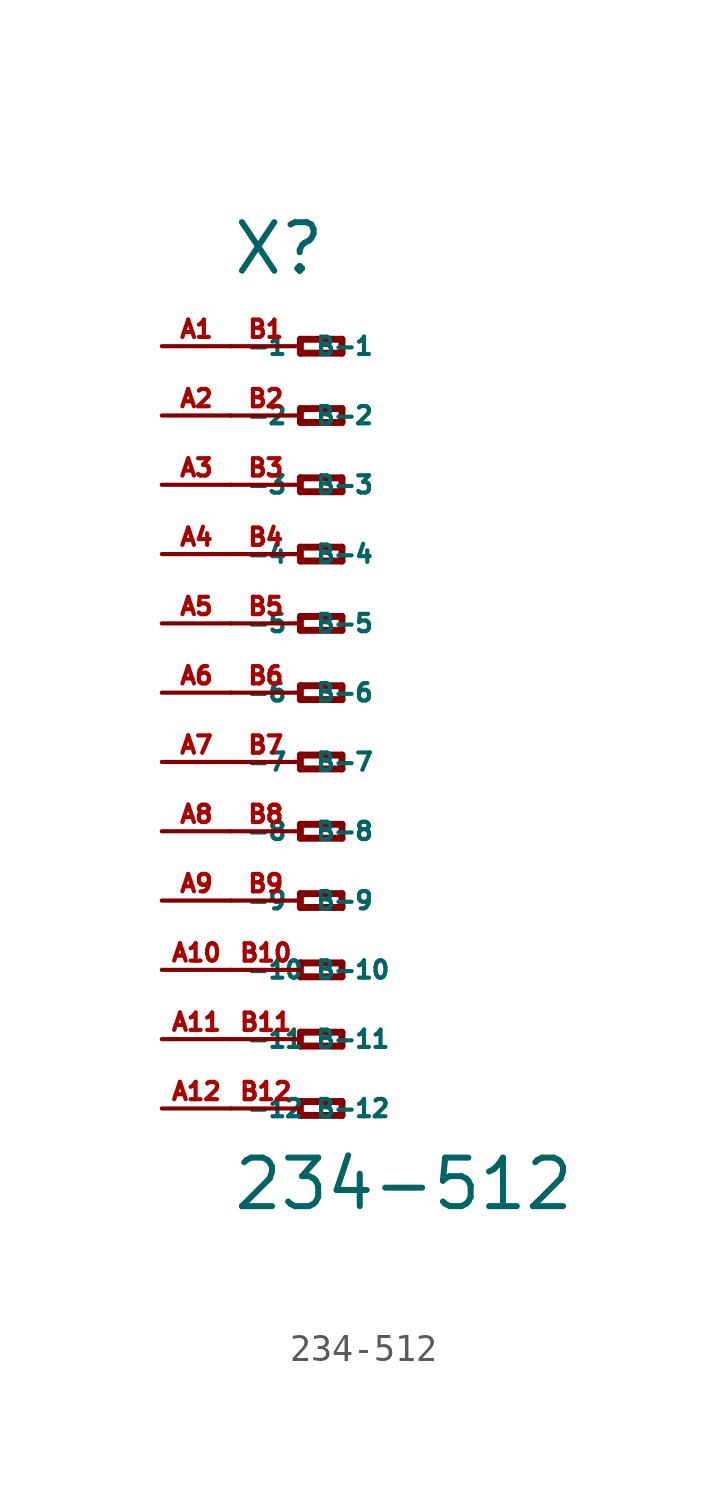
<source format=kicad_sym>
(kicad_symbol_lib
  (version 20220914)
  (generator Eagle2Kicad)
  (symbol "234-512"
    (property "Reference" "X"
      (at -5.08 15.24 0)
      (effects (font (size 1.778 1.778) (thickness 0.22)) (justify left bottom)))
    (property "Value" "234-512"
      (at -5.08 -19.05 0)
      (effects (font (size 1.778 1.778) (thickness 0.22)) (justify left bottom)))
    (polyline
      (pts (xy -2.54 12.954) (xy -2.54 12.446))
      (stroke (width 0.254) (type default))
      (fill (type none)))
    (polyline
      (pts (xy -2.54 12.446) (xy -1.016 12.446))
      (stroke (width 0.254) (type default))
      (fill (type none)))
    (polyline
      (pts (xy -1.016 12.446) (xy -1.016 12.954))
      (stroke (width 0.254) (type default))
      (fill (type none)))
    (polyline
      (pts (xy -1.016 12.954) (xy -2.54 12.954))
      (stroke (width 0.254) (type default))
      (fill (type none)))
    (polyline
      (pts (xy -2.54 10.414) (xy -2.54 9.906))
      (stroke (width 0.254) (type default))
      (fill (type none)))
    (polyline
      (pts (xy -2.54 9.906) (xy -1.016 9.906))
      (stroke (width 0.254) (type default))
      (fill (type none)))
    (polyline
      (pts (xy -1.016 9.906) (xy -1.016 10.414))
      (stroke (width 0.254) (type default))
      (fill (type none)))
    (polyline
      (pts (xy -1.016 10.414) (xy -2.54 10.414))
      (stroke (width 0.254) (type default))
      (fill (type none)))
    (polyline
      (pts (xy -2.54 7.874) (xy -2.54 7.366))
      (stroke (width 0.254) (type default))
      (fill (type none)))
    (polyline
      (pts (xy -2.54 7.366) (xy -1.016 7.366))
      (stroke (width 0.254) (type default))
      (fill (type none)))
    (polyline
      (pts (xy -1.016 7.366) (xy -1.016 7.874))
      (stroke (width 0.254) (type default))
      (fill (type none)))
    (polyline
      (pts (xy -1.016 7.874) (xy -2.54 7.874))
      (stroke (width 0.254) (type default))
      (fill (type none)))
    (polyline
      (pts (xy -2.54 5.334) (xy -2.54 4.826))
      (stroke (width 0.254) (type default))
      (fill (type none)))
    (polyline
      (pts (xy -2.54 4.826) (xy -1.016 4.826))
      (stroke (width 0.254) (type default))
      (fill (type none)))
    (polyline
      (pts (xy -1.016 4.826) (xy -1.016 5.334))
      (stroke (width 0.254) (type default))
      (fill (type none)))
    (polyline
      (pts (xy -1.016 5.334) (xy -2.54 5.334))
      (stroke (width 0.254) (type default))
      (fill (type none)))
    (polyline
      (pts (xy -2.54 2.794) (xy -2.54 2.286))
      (stroke (width 0.254) (type default))
      (fill (type none)))
    (polyline
      (pts (xy -2.54 2.286) (xy -1.016 2.286))
      (stroke (width 0.254) (type default))
      (fill (type none)))
    (polyline
      (pts (xy -1.016 2.286) (xy -1.016 2.794))
      (stroke (width 0.254) (type default))
      (fill (type none)))
    (polyline
      (pts (xy -1.016 2.794) (xy -2.54 2.794))
      (stroke (width 0.254) (type default))
      (fill (type none)))
    (polyline
      (pts (xy -2.54 0.254) (xy -2.54 -0.254))
      (stroke (width 0.254) (type default))
      (fill (type none)))
    (polyline
      (pts (xy -2.54 -0.254) (xy -1.016 -0.254))
      (stroke (width 0.254) (type default))
      (fill (type none)))
    (polyline
      (pts (xy -1.016 -0.254) (xy -1.016 0.254))
      (stroke (width 0.254) (type default))
      (fill (type none)))
    (polyline
      (pts (xy -1.016 0.254) (xy -2.54 0.254))
      (stroke (width 0.254) (type default))
      (fill (type none)))
    (polyline
      (pts (xy -2.54 -2.286) (xy -2.54 -2.794))
      (stroke (width 0.254) (type default))
      (fill (type none)))
    (polyline
      (pts (xy -2.54 -2.794) (xy -1.016 -2.794))
      (stroke (width 0.254) (type default))
      (fill (type none)))
    (polyline
      (pts (xy -1.016 -2.794) (xy -1.016 -2.286))
      (stroke (width 0.254) (type default))
      (fill (type none)))
    (polyline
      (pts (xy -1.016 -2.286) (xy -2.54 -2.286))
      (stroke (width 0.254) (type default))
      (fill (type none)))
    (polyline
      (pts (xy -2.54 -4.826) (xy -2.54 -5.334))
      (stroke (width 0.254) (type default))
      (fill (type none)))
    (polyline
      (pts (xy -2.54 -5.334) (xy -1.016 -5.334))
      (stroke (width 0.254) (type default))
      (fill (type none)))
    (polyline
      (pts (xy -1.016 -5.334) (xy -1.016 -4.826))
      (stroke (width 0.254) (type default))
      (fill (type none)))
    (polyline
      (pts (xy -1.016 -4.826) (xy -2.54 -4.826))
      (stroke (width 0.254) (type default))
      (fill (type none)))
    (polyline
      (pts (xy -2.54 -7.366) (xy -2.54 -7.874))
      (stroke (width 0.254) (type default))
      (fill (type none)))
    (polyline
      (pts (xy -2.54 -7.874) (xy -1.016 -7.874))
      (stroke (width 0.254) (type default))
      (fill (type none)))
    (polyline
      (pts (xy -1.016 -7.874) (xy -1.016 -7.366))
      (stroke (width 0.254) (type default))
      (fill (type none)))
    (polyline
      (pts (xy -1.016 -7.366) (xy -2.54 -7.366))
      (stroke (width 0.254) (type default))
      (fill (type none)))
    (polyline
      (pts (xy -2.54 -9.906) (xy -2.54 -10.414))
      (stroke (width 0.254) (type default))
      (fill (type none)))
    (polyline
      (pts (xy -2.54 -10.414) (xy -1.016 -10.414))
      (stroke (width 0.254) (type default))
      (fill (type none)))
    (polyline
      (pts (xy -1.016 -10.414) (xy -1.016 -9.906))
      (stroke (width 0.254) (type default))
      (fill (type none)))
    (polyline
      (pts (xy -1.016 -9.906) (xy -2.54 -9.906))
      (stroke (width 0.254) (type default))
      (fill (type none)))
    (polyline
      (pts (xy -2.54 -12.446) (xy -2.54 -12.954))
      (stroke (width 0.254) (type default))
      (fill (type none)))
    (polyline
      (pts (xy -2.54 -12.954) (xy -1.016 -12.954))
      (stroke (width 0.254) (type default))
      (fill (type none)))
    (polyline
      (pts (xy -1.016 -12.954) (xy -1.016 -12.446))
      (stroke (width 0.254) (type default))
      (fill (type none)))
    (polyline
      (pts (xy -1.016 -12.446) (xy -2.54 -12.446))
      (stroke (width 0.254) (type default))
      (fill (type none)))
    (polyline
      (pts (xy -2.54 -14.986) (xy -2.54 -15.494))
      (stroke (width 0.254) (type default))
      (fill (type none)))
    (polyline
      (pts (xy -2.54 -15.494) (xy -1.016 -15.494))
      (stroke (width 0.254) (type default))
      (fill (type none)))
    (polyline
      (pts (xy -1.016 -15.494) (xy -1.016 -14.986))
      (stroke (width 0.254) (type default))
      (fill (type none)))
    (polyline
      (pts (xy -1.016 -14.986) (xy -2.54 -14.986))
      (stroke (width 0.254) (type default))
      (fill (type none)))
    (pin passive line
      (at -7.62 12.7 0)
      (length 2.54)
      (name "-1" (effects (font (size 0.635 0.635) (thickness 0.08)) (justify left bottom)))
      (number "A1" (effects (font (size 0.635 0.635) (thickness 0.08)) (justify left bottom))))
    (pin passive line
      (at -7.62 10.16 0)
      (length 2.54)
      (name "-2" (effects (font (size 0.635 0.635) (thickness 0.08)) (justify left bottom)))
      (number "A2" (effects (font (size 0.635 0.635) (thickness 0.08)) (justify left bottom))))
    (pin passive line
      (at -7.62 7.62 0)
      (length 2.54)
      (name "-3" (effects (font (size 0.635 0.635) (thickness 0.08)) (justify left bottom)))
      (number "A3" (effects (font (size 0.635 0.635) (thickness 0.08)) (justify left bottom))))
    (pin passive line
      (at -7.62 5.08 0)
      (length 2.54)
      (name "-4" (effects (font (size 0.635 0.635) (thickness 0.08)) (justify left bottom)))
      (number "A4" (effects (font (size 0.635 0.635) (thickness 0.08)) (justify left bottom))))
    (pin passive line
      (at -7.62 2.54 0)
      (length 2.54)
      (name "-5" (effects (font (size 0.635 0.635) (thickness 0.08)) (justify left bottom)))
      (number "A5" (effects (font (size 0.635 0.635) (thickness 0.08)) (justify left bottom))))
    (pin passive line
      (at -7.62 0 0)
      (length 2.54)
      (name "-6" (effects (font (size 0.635 0.635) (thickness 0.08)) (justify left bottom)))
      (number "A6" (effects (font (size 0.635 0.635) (thickness 0.08)) (justify left bottom))))
    (pin passive line
      (at -7.62 -2.54 0)
      (length 2.54)
      (name "-7" (effects (font (size 0.635 0.635) (thickness 0.08)) (justify left bottom)))
      (number "A7" (effects (font (size 0.635 0.635) (thickness 0.08)) (justify left bottom))))
    (pin passive line
      (at -7.62 -5.08 0)
      (length 2.54)
      (name "-8" (effects (font (size 0.635 0.635) (thickness 0.08)) (justify left bottom)))
      (number "A8" (effects (font (size 0.635 0.635) (thickness 0.08)) (justify left bottom))))
    (pin passive line
      (at -7.62 -7.62 0)
      (length 2.54)
      (name "-9" (effects (font (size 0.635 0.635) (thickness 0.08)) (justify left bottom)))
      (number "A9" (effects (font (size 0.635 0.635) (thickness 0.08)) (justify left bottom))))
    (pin passive line
      (at -7.62 -10.16 0)
      (length 2.54)
      (name "-10" (effects (font (size 0.635 0.635) (thickness 0.08)) (justify left bottom)))
      (number "A10" (effects (font (size 0.635 0.635) (thickness 0.08)) (justify left bottom))))
    (pin passive line
      (at -7.62 -12.7 0)
      (length 2.54)
      (name "-11" (effects (font (size 0.635 0.635) (thickness 0.08)) (justify left bottom)))
      (number "A11" (effects (font (size 0.635 0.635) (thickness 0.08)) (justify left bottom))))
    (pin passive line
      (at -7.62 -15.24 0)
      (length 2.54)
      (name "-12" (effects (font (size 0.635 0.635) (thickness 0.08)) (justify left bottom)))
      (number "A12" (effects (font (size 0.635 0.635) (thickness 0.08)) (justify left bottom))))
    (pin passive line
      (at -5.08 -15.24 0)
      (length 2.54)
      (name "B-12" (effects (font (size 0.635 0.635) (thickness 0.08)) (justify left bottom)))
      (number "B12" (effects (font (size 0.635 0.635) (thickness 0.08)) (justify left bottom))))
    (pin passive line
      (at -5.08 12.7 0)
      (length 2.54)
      (name "B-1" (effects (font (size 0.635 0.635) (thickness 0.08)) (justify left bottom)))
      (number "B1" (effects (font (size 0.635 0.635) (thickness 0.08)) (justify left bottom))))
    (pin passive line
      (at -5.08 10.16 0)
      (length 2.54)
      (name "B-2" (effects (font (size 0.635 0.635) (thickness 0.08)) (justify left bottom)))
      (number "B2" (effects (font (size 0.635 0.635) (thickness 0.08)) (justify left bottom))))
    (pin passive line
      (at -5.08 7.62 0)
      (length 2.54)
      (name "B-3" (effects (font (size 0.635 0.635) (thickness 0.08)) (justify left bottom)))
      (number "B3" (effects (font (size 0.635 0.635) (thickness 0.08)) (justify left bottom))))
    (pin passive line
      (at -5.08 5.08 0)
      (length 2.54)
      (name "B-4" (effects (font (size 0.635 0.635) (thickness 0.08)) (justify left bottom)))
      (number "B4" (effects (font (size 0.635 0.635) (thickness 0.08)) (justify left bottom))))
    (pin passive line
      (at -5.08 2.54 0)
      (length 2.54)
      (name "B-5" (effects (font (size 0.635 0.635) (thickness 0.08)) (justify left bottom)))
      (number "B5" (effects (font (size 0.635 0.635) (thickness 0.08)) (justify left bottom))))
    (pin passive line
      (at -5.08 0 0)
      (length 2.54)
      (name "B-6" (effects (font (size 0.635 0.635) (thickness 0.08)) (justify left bottom)))
      (number "B6" (effects (font (size 0.635 0.635) (thickness 0.08)) (justify left bottom))))
    (pin passive line
      (at -5.08 -2.54 0)
      (length 2.54)
      (name "B-7" (effects (font (size 0.635 0.635) (thickness 0.08)) (justify left bottom)))
      (number "B7" (effects (font (size 0.635 0.635) (thickness 0.08)) (justify left bottom))))
    (pin passive line
      (at -5.08 -5.08 0)
      (length 2.54)
      (name "B-8" (effects (font (size 0.635 0.635) (thickness 0.08)) (justify left bottom)))
      (number "B8" (effects (font (size 0.635 0.635) (thickness 0.08)) (justify left bottom))))
    (pin passive line
      (at -5.08 -7.62 0)
      (length 2.54)
      (name "B-9" (effects (font (size 0.635 0.635) (thickness 0.08)) (justify left bottom)))
      (number "B9" (effects (font (size 0.635 0.635) (thickness 0.08)) (justify left bottom))))
    (pin passive line
      (at -5.08 -10.16 0)
      (length 2.54)
      (name "B-10" (effects (font (size 0.635 0.635) (thickness 0.08)) (justify left bottom)))
      (number "B10" (effects (font (size 0.635 0.635) (thickness 0.08)) (justify left bottom))))
    (pin passive line
      (at -5.08 -12.7 0)
      (length 2.54)
      (name "B-11" (effects (font (size 0.635 0.635) (thickness 0.08)) (justify left bottom)))
      (number "B11" (effects (font (size 0.635 0.635) (thickness 0.08)) (justify left bottom))))))
</source>
